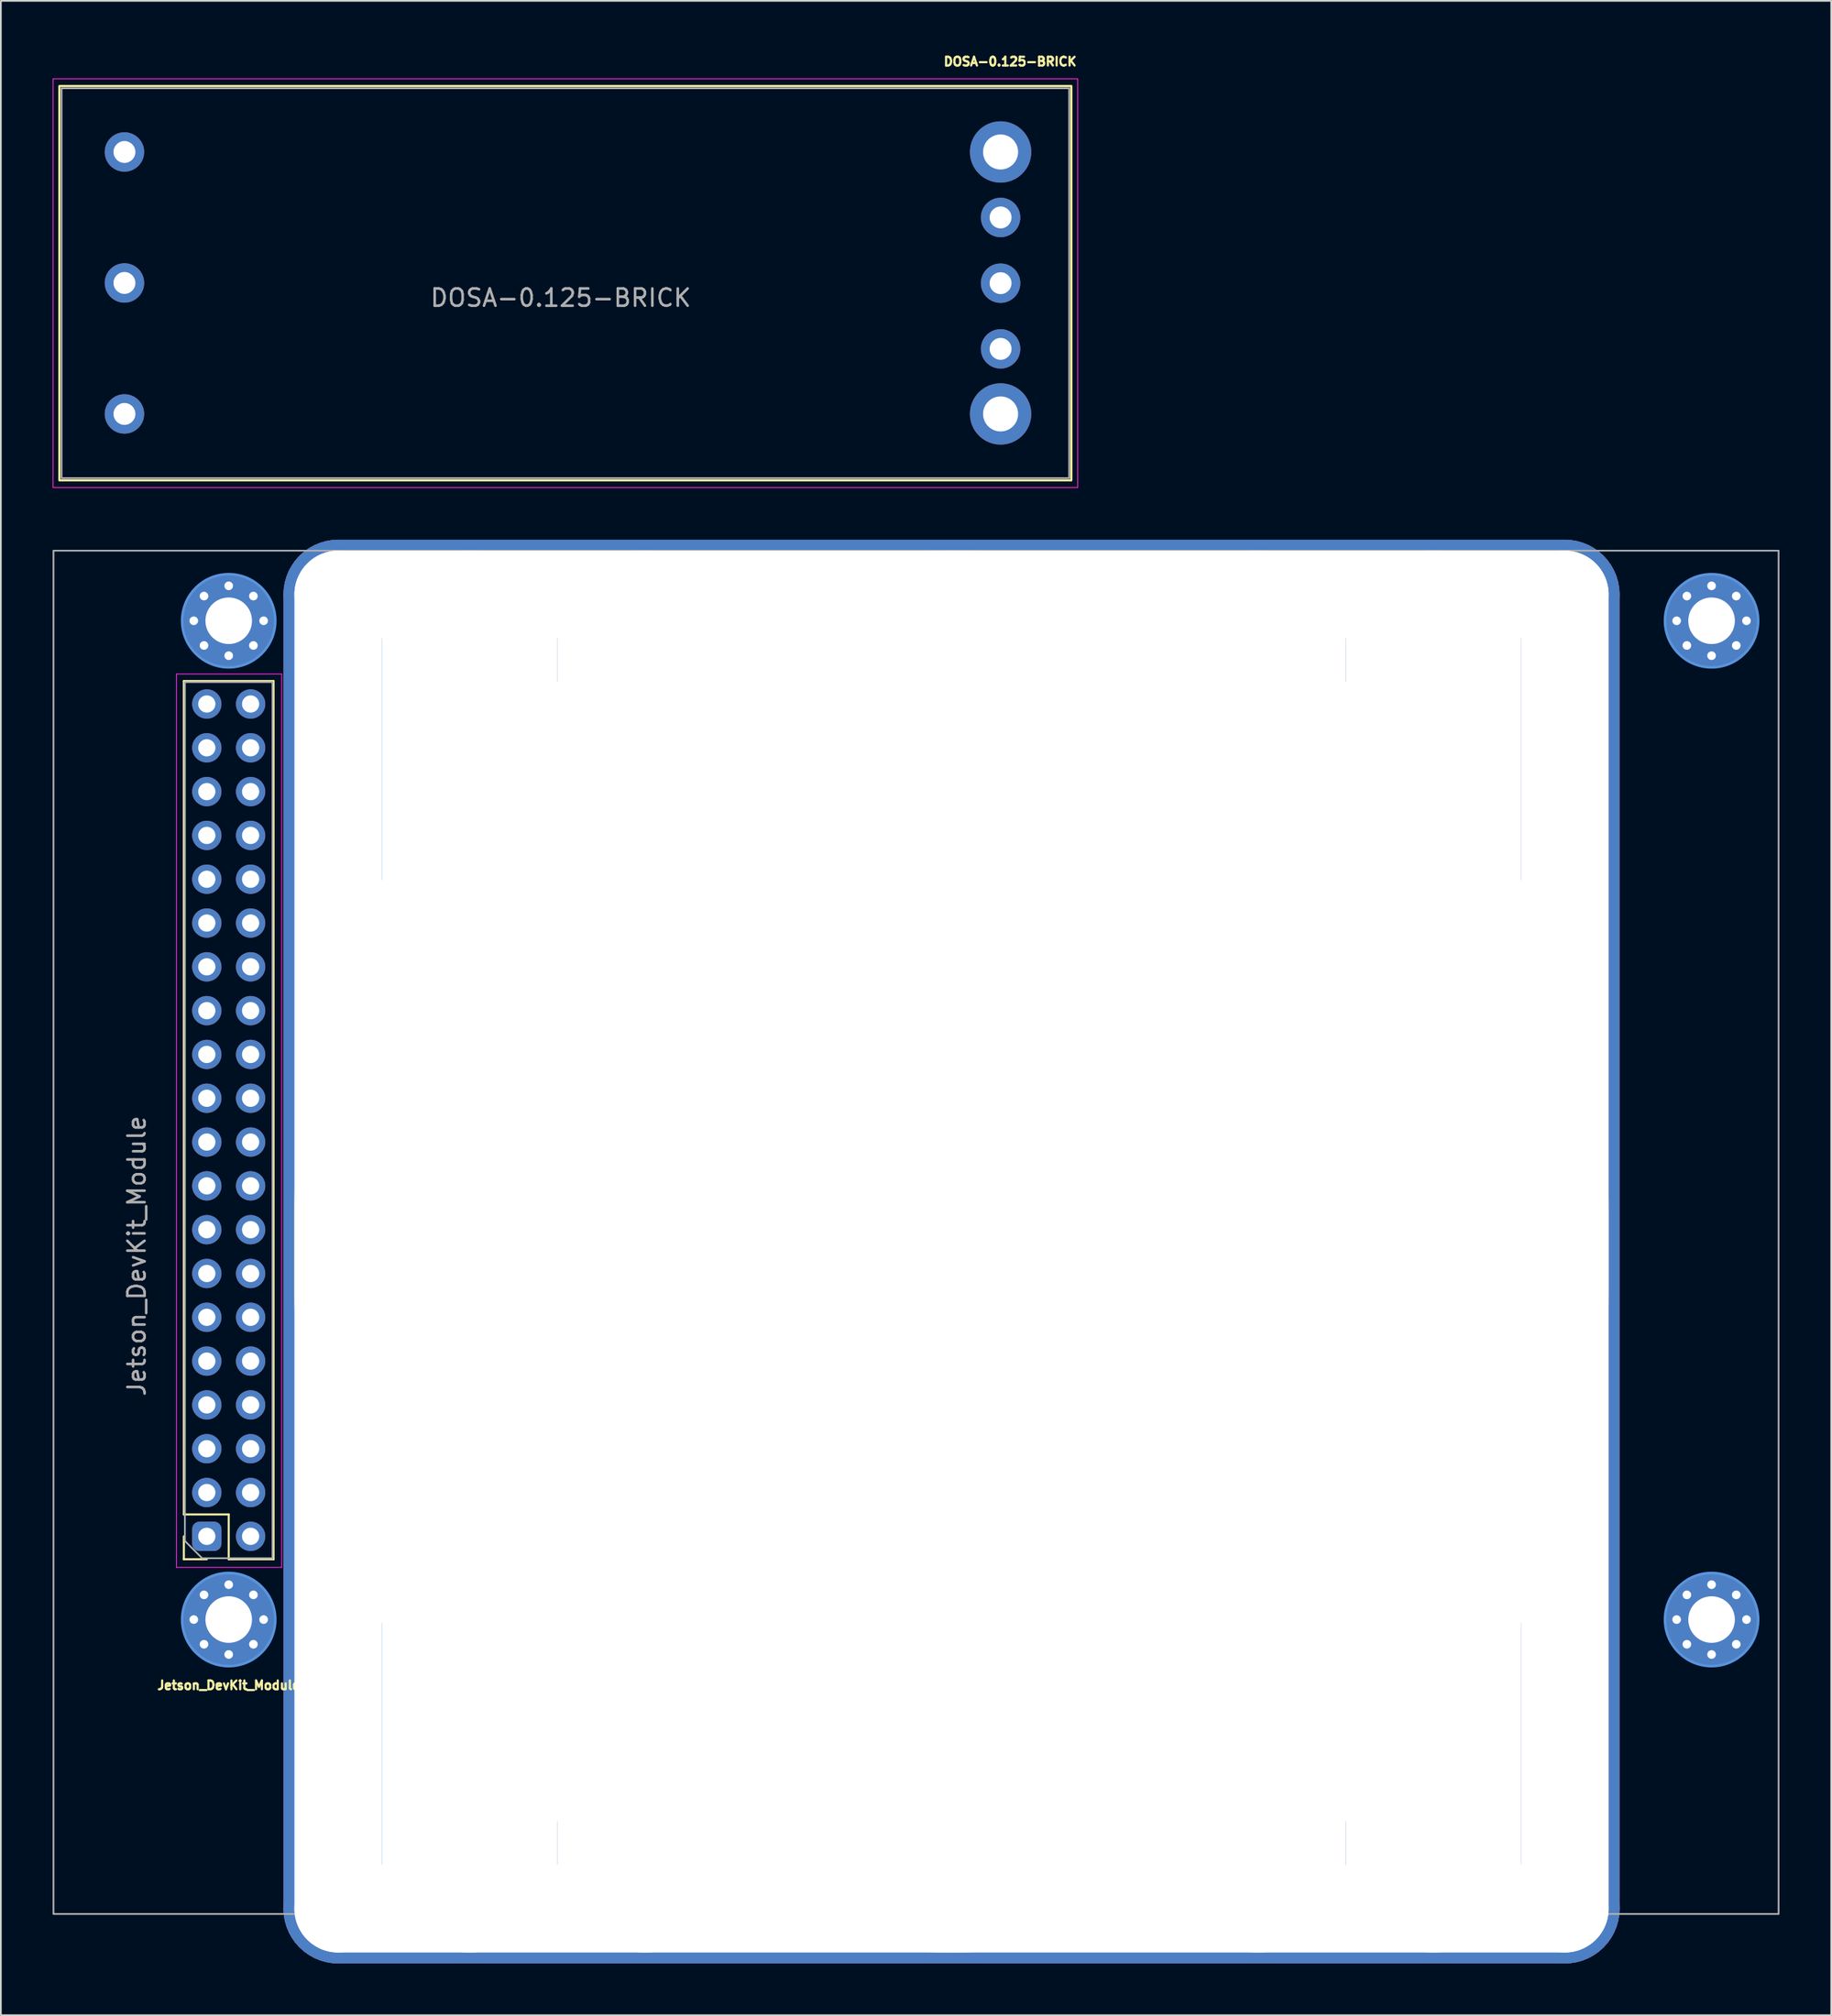
<source format=kicad_pcb>
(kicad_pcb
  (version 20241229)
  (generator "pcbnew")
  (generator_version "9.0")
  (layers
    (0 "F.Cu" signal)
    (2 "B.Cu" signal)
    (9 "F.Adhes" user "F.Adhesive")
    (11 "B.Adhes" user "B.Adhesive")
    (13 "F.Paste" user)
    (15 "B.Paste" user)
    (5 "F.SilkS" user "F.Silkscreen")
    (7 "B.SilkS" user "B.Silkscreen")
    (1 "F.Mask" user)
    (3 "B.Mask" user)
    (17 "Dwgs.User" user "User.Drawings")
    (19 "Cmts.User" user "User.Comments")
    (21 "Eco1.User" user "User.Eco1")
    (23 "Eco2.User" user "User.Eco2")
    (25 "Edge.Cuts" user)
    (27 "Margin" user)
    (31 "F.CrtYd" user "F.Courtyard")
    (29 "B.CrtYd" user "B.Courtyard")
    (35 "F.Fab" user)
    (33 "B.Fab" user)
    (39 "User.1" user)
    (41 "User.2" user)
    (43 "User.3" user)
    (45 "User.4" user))
  (footprint "Jetson_DevKit_Module"
    (layer "F.Cu")
    (at 52.121 69.519)
    (property "Reference" "Jetson_DevKit_Module" (at -41.91 25.146 180) (layer "F.SilkS") (effects (font (size 0.508 0.508) (thickness 0.127) (bold yes))))
    (attr through_hole)
    (fp_line (start -44.51 15.24) (end -44.51 -33.08) (stroke (width 0.12) (type solid)) (layer "F.SilkS"))
    (fp_line (start -44.51 17.84) (end -44.51 16.51) (stroke (width 0.12) (type solid)) (layer "F.SilkS"))
    (fp_line (start -43.18 17.84) (end -44.51 17.84) (stroke (width 0.12) (type solid)) (layer "F.SilkS"))
    (fp_line (start -41.91 15.24) (end -44.51 15.24) (stroke (width 0.12) (type solid)) (layer "F.SilkS"))
    (fp_line (start -41.91 17.84) (end -41.91 15.24) (stroke (width 0.12) (type solid)) (layer "F.SilkS"))
    (fp_line (start -39.31 -33.08) (end -44.51 -33.08) (stroke (width 0.12) (type solid)) (layer "F.SilkS"))
    (fp_line (start -39.31 17.84) (end -41.91 17.84) (stroke (width 0.12) (type solid)) (layer "F.SilkS"))
    (fp_line (start -39.31 17.84) (end -39.31 -33.08) (stroke (width 0.12) (type solid)) (layer "F.SilkS"))
    (fp_circle (center -41.91 -36.576) (end -39.21 -36.576) (stroke (width 0.15) (type solid)) (fill no) (layer "Cmts.User"))
    (fp_circle (center -41.91 21.336) (end -39.21 21.336) (stroke (width 0.15) (type solid)) (fill no) (layer "Cmts.User"))
    (fp_circle (center 44.069 -36.576) (end 46.769 -36.576) (stroke (width 0.15) (type solid)) (fill no) (layer "Cmts.User"))
    (fp_circle (center 44.069 21.336) (end 46.769 21.336) (stroke (width 0.15) (type solid)) (fill no) (layer "Cmts.User"))
    (fp_line (start -44.94 -33.49) (end -38.84 -33.49) (stroke (width 0.05) (type solid)) (layer "F.CrtYd"))
    (fp_line (start -44.94 18.31) (end -44.94 -33.49) (stroke (width 0.05) (type solid)) (layer "F.CrtYd"))
    (fp_line (start -38.84 -33.49) (end -38.84 18.31) (stroke (width 0.05) (type solid)) (layer "F.CrtYd"))
    (fp_line (start -38.84 18.31) (end -44.94 18.31) (stroke (width 0.05) (type solid)) (layer "F.CrtYd"))
    (fp_line (start -44.45 -33.02) (end -39.37 -33.02) (stroke (width 0.1) (type solid)) (layer "F.Fab"))
    (fp_line (start -44.45 16.78) (end -44.45 -33.02) (stroke (width 0.1) (type solid)) (layer "F.Fab"))
    (fp_line (start -43.45 17.78) (end -44.45 16.78) (stroke (width 0.1) (type solid)) (layer "F.Fab"))
    (fp_line (start -39.37 -33.02) (end -39.37 17.78) (stroke (width 0.1) (type solid)) (layer "F.Fab"))
    (fp_line (start -39.37 17.78) (end -43.45 17.78) (stroke (width 0.1) (type solid)) (layer "F.Fab"))
    (fp_rect (start -52.07 -40.64) (end 47.955 38.405) (stroke (width 0.102) (type default)) (fill no) (layer "F.Fab"))
    (fp_text user "${REFERENCE}" (at -47.244 0.254 270) (layer "F.Fab") (effects (font (size 1 1) (thickness 0.15))))
    (pad "" thru_hole circle (at -41.91 -36.576) (size 5.4 5.4) (drill 2.7) (layers "*.Cu" "*.Mask"))
    (pad "" thru_hole circle (at -41.91 21.336) (size 5.4 5.4) (drill 2.7) (layers "*.Cu" "*.Mask"))
    (pad "" np_thru_hole roundrect (at -35.56 0 180) (size 6.35 82.55) (drill oval 5.08 81.28) (layers "*.Cu" "*.Mask") (roundrect_rratio 0.5))
    (pad "" np_thru_hole roundrect (at -27.94 0 180) (size 10.16 81.28) (drill oval 10.16 81.28) (layers "*.Cu" "*.Mask") (roundrect_rratio 0.1))
    (pad "" np_thru_hole roundrect (at -17.78 0 180) (size 10.16 81.28) (drill oval 10.16 81.28) (layers "*.Cu" "*.Mask") (roundrect_rratio 0.1))
    (pad "" np_thru_hole roundrect (at 0 -38.1 270) (size 6.35 77.47) (drill oval 5.08 76.2) (layers "*.Cu" "*.Mask") (roundrect_rratio 0.5))
    (pad "" np_thru_hole roundrect (at 0 0 180) (size 76.2 81.28) (drill oval 76.2 81.28) (layers "*.Cu" "*.Mask") (roundrect_rratio 0.1))
    (pad "" np_thru_hole roundrect (at 0 38.1 270) (size 6.35 77.47) (drill oval 5.08 76.2) (layers "*.Cu" "*.Mask") (roundrect_rratio 0.5))
    (pad "" np_thru_hole roundrect (at 17.78 0 180) (size 10.16 81.28) (drill oval 10.16 81.28) (layers "*.Cu" "*.Mask") (roundrect_rratio 0.1))
    (pad "" np_thru_hole roundrect (at 27.94 0 180) (size 10.16 81.28) (drill oval 10.16 81.28) (layers "*.Cu" "*.Mask") (roundrect_rratio 0.1))
    (pad "" np_thru_hole roundrect (at 35.56 0 180) (size 6.35 82.55) (drill oval 5.08 81.28) (layers "*.Cu" "*.Mask") (roundrect_rratio 0.5))
    (pad "" thru_hole circle (at 44.069 -36.576) (size 5.4 5.4) (drill 2.7) (layers "*.Cu" "*.Mask"))
    (pad "0" thru_hole circle (at 44.069 21.336) (size 5.4 5.4) (drill 2.7) (layers "*.Cu" "*.Mask"))
    (pad "1" thru_hole circle (at -43.935 -36.576) (size 0.8 0.8) (drill 0.5) (layers "*.Cu" "*.Mask"))
    (pad "1" thru_hole circle (at -43.935 21.336) (size 0.8 0.8) (drill 0.5) (layers "*.Cu" "*.Mask"))
    (pad "1" thru_hole circle (at -43.342 -38.008) (size 0.8 0.8) (drill 0.5) (layers "*.Cu" "*.Mask"))
    (pad "1" thru_hole circle (at -43.342 -35.144) (size 0.8 0.8) (drill 0.5) (layers "*.Cu" "*.Mask"))
    (pad "1" thru_hole circle (at -43.342 19.904) (size 0.8 0.8) (drill 0.5) (layers "*.Cu" "*.Mask"))
    (pad "1" thru_hole circle (at -43.342 22.768) (size 0.8 0.8) (drill 0.5) (layers "*.Cu" "*.Mask"))
    (pad "1" thru_hole roundrect (at -43.18 16.51 180) (size 1.7 1.7) (drill 1) (layers "*.Cu" "*.Mask") (roundrect_rratio 0.25))
    (pad "1" thru_hole circle (at -41.91 -38.601) (size 0.8 0.8) (drill 0.5) (layers "*.Cu" "*.Mask"))
    (pad "1" thru_hole circle (at -41.91 -34.551) (size 0.8 0.8) (drill 0.5) (layers "*.Cu" "*.Mask"))
    (pad "1" thru_hole circle (at -41.91 19.311) (size 0.8 0.8) (drill 0.5) (layers "*.Cu" "*.Mask"))
    (pad "1" thru_hole circle (at -41.91 23.361) (size 0.8 0.8) (drill 0.5) (layers "*.Cu" "*.Mask"))
    (pad "1" thru_hole circle (at -40.478 -38.008) (size 0.8 0.8) (drill 0.5) (layers "*.Cu" "*.Mask"))
    (pad "1" thru_hole circle (at -40.478 -35.144) (size 0.8 0.8) (drill 0.5) (layers "*.Cu" "*.Mask"))
    (pad "1" thru_hole circle (at -40.478 19.904) (size 0.8 0.8) (drill 0.5) (layers "*.Cu" "*.Mask"))
    (pad "1" thru_hole circle (at -40.478 22.768) (size 0.8 0.8) (drill 0.5) (layers "*.Cu" "*.Mask"))
    (pad "1" thru_hole circle (at -39.885 -36.576) (size 0.8 0.8) (drill 0.5) (layers "*.Cu" "*.Mask"))
    (pad "1" thru_hole circle (at -39.885 21.336) (size 0.8 0.8) (drill 0.5) (layers "*.Cu" "*.Mask"))
    (pad "1" thru_hole circle (at 42.044 -36.576) (size 0.8 0.8) (drill 0.5) (layers "*.Cu" "*.Mask"))
    (pad "1" thru_hole circle (at 42.044 21.336) (size 0.8 0.8) (drill 0.5) (layers "*.Cu" "*.Mask"))
    (pad "1" thru_hole circle (at 42.637 -38.008) (size 0.8 0.8) (drill 0.5) (layers "*.Cu" "*.Mask"))
    (pad "1" thru_hole circle (at 42.637 -35.144) (size 0.8 0.8) (drill 0.5) (layers "*.Cu" "*.Mask"))
    (pad "1" thru_hole circle (at 42.637 19.904) (size 0.8 0.8) (drill 0.5) (layers "*.Cu" "*.Mask"))
    (pad "1" thru_hole circle (at 42.637 22.768) (size 0.8 0.8) (drill 0.5) (layers "*.Cu" "*.Mask"))
    (pad "1" thru_hole circle (at 44.069 -38.601) (size 0.8 0.8) (drill 0.5) (layers "*.Cu" "*.Mask"))
    (pad "1" thru_hole circle (at 44.069 -34.551) (size 0.8 0.8) (drill 0.5) (layers "*.Cu" "*.Mask"))
    (pad "1" thru_hole circle (at 44.069 19.311) (size 0.8 0.8) (drill 0.5) (layers "*.Cu" "*.Mask"))
    (pad "1" thru_hole circle (at 44.069 23.361) (size 0.8 0.8) (drill 0.5) (layers "*.Cu" "*.Mask"))
    (pad "1" thru_hole circle (at 45.501 -38.008) (size 0.8 0.8) (drill 0.5) (layers "*.Cu" "*.Mask"))
    (pad "1" thru_hole circle (at 45.501 -35.144) (size 0.8 0.8) (drill 0.5) (layers "*.Cu" "*.Mask"))
    (pad "1" thru_hole circle (at 45.501 19.904) (size 0.8 0.8) (drill 0.5) (layers "*.Cu" "*.Mask"))
    (pad "1" thru_hole circle (at 45.501 22.768) (size 0.8 0.8) (drill 0.5) (layers "*.Cu" "*.Mask"))
    (pad "1" thru_hole circle (at 46.094 -36.576) (size 0.8 0.8) (drill 0.5) (layers "*.Cu" "*.Mask"))
    (pad "1" thru_hole circle (at 46.094 21.336) (size 0.8 0.8) (drill 0.5) (layers "*.Cu" "*.Mask"))
    (pad "2" thru_hole oval (at -40.64 16.51 180) (size 1.7 1.7) (drill 1) (layers "*.Cu" "*.Mask"))
    (pad "3" thru_hole oval (at -43.18 13.97 180) (size 1.7 1.7) (drill 1) (layers "*.Cu" "*.Mask"))
    (pad "4" thru_hole oval (at -40.64 13.97 180) (size 1.7 1.7) (drill 1) (layers "*.Cu" "*.Mask"))
    (pad "5" thru_hole oval (at -43.18 11.43 180) (size 1.7 1.7) (drill 1) (layers "*.Cu" "*.Mask"))
    (pad "6" thru_hole oval (at -40.64 11.43 180) (size 1.7 1.7) (drill 1) (layers "*.Cu" "*.Mask"))
    (pad "7" thru_hole oval (at -43.18 8.89 180) (size 1.7 1.7) (drill 1) (layers "*.Cu" "*.Mask"))
    (pad "8" thru_hole oval (at -40.64 8.89 180) (size 1.7 1.7) (drill 1) (layers "*.Cu" "*.Mask"))
    (pad "9" thru_hole oval (at -43.18 6.35 180) (size 1.7 1.7) (drill 1) (layers "*.Cu" "*.Mask"))
    (pad "10" thru_hole oval (at -40.64 6.35 180) (size 1.7 1.7) (drill 1) (layers "*.Cu" "*.Mask"))
    (pad "11" thru_hole oval (at -43.18 3.81 180) (size 1.7 1.7) (drill 1) (layers "*.Cu" "*.Mask"))
    (pad "12" thru_hole oval (at -40.64 3.81 180) (size 1.7 1.7) (drill 1) (layers "*.Cu" "*.Mask"))
    (pad "13" thru_hole oval (at -43.18 1.27 180) (size 1.7 1.7) (drill 1) (layers "*.Cu" "*.Mask"))
    (pad "14" thru_hole oval (at -40.64 1.27 180) (size 1.7 1.7) (drill 1) (layers "*.Cu" "*.Mask"))
    (pad "15" thru_hole oval (at -43.18 -1.27 180) (size 1.7 1.7) (drill 1) (layers "*.Cu" "*.Mask"))
    (pad "16" thru_hole oval (at -40.64 -1.27 180) (size 1.7 1.7) (drill 1) (layers "*.Cu" "*.Mask"))
    (pad "17" thru_hole oval (at -43.18 -3.81 180) (size 1.7 1.7) (drill 1) (layers "*.Cu" "*.Mask"))
    (pad "18" thru_hole oval (at -40.64 -3.81 180) (size 1.7 1.7) (drill 1) (layers "*.Cu" "*.Mask"))
    (pad "19" thru_hole oval (at -43.18 -6.35 180) (size 1.7 1.7) (drill 1) (layers "*.Cu" "*.Mask"))
    (pad "20" thru_hole oval (at -40.64 -6.35 180) (size 1.7 1.7) (drill 1) (layers "*.Cu" "*.Mask"))
    (pad "21" thru_hole oval (at -43.18 -8.89 180) (size 1.7 1.7) (drill 1) (layers "*.Cu" "*.Mask"))
    (pad "22" thru_hole oval (at -40.64 -8.89 180) (size 1.7 1.7) (drill 1) (layers "*.Cu" "*.Mask"))
    (pad "23" thru_hole oval (at -43.18 -11.43 180) (size 1.7 1.7) (drill 1) (layers "*.Cu" "*.Mask"))
    (pad "24" thru_hole oval (at -40.64 -11.43 180) (size 1.7 1.7) (drill 1) (layers "*.Cu" "*.Mask"))
    (pad "25" thru_hole oval (at -43.18 -13.97 180) (size 1.7 1.7) (drill 1) (layers "*.Cu" "*.Mask"))
    (pad "26" thru_hole oval (at -40.64 -13.97 180) (size 1.7 1.7) (drill 1) (layers "*.Cu" "*.Mask"))
    (pad "27" thru_hole oval (at -43.18 -16.51 180) (size 1.7 1.7) (drill 1) (layers "*.Cu" "*.Mask"))
    (pad "28" thru_hole oval (at -40.64 -16.51 180) (size 1.7 1.7) (drill 1) (layers "*.Cu" "*.Mask"))
    (pad "29" thru_hole oval (at -43.18 -19.05 180) (size 1.7 1.7) (drill 1) (layers "*.Cu" "*.Mask"))
    (pad "30" thru_hole oval (at -40.64 -19.05 180) (size 1.7 1.7) (drill 1) (layers "*.Cu" "*.Mask"))
    (pad "31" thru_hole oval (at -43.18 -21.59 180) (size 1.7 1.7) (drill 1) (layers "*.Cu" "*.Mask"))
    (pad "32" thru_hole oval (at -40.64 -21.59 180) (size 1.7 1.7) (drill 1) (layers "*.Cu" "*.Mask"))
    (pad "33" thru_hole oval (at -43.18 -24.13 180) (size 1.7 1.7) (drill 1) (layers "*.Cu" "*.Mask"))
    (pad "34" thru_hole oval (at -40.64 -24.13 180) (size 1.7 1.7) (drill 1) (layers "*.Cu" "*.Mask"))
    (pad "35" thru_hole oval (at -43.18 -26.67 180) (size 1.7 1.7) (drill 1) (layers "*.Cu" "*.Mask"))
    (pad "36" thru_hole oval (at -40.64 -26.67 180) (size 1.7 1.7) (drill 1) (layers "*.Cu" "*.Mask"))
    (pad "37" thru_hole oval (at -43.18 -29.21 180) (size 1.7 1.7) (drill 1) (layers "*.Cu" "*.Mask"))
    (pad "38" thru_hole oval (at -40.64 -29.21 180) (size 1.7 1.7) (drill 1) (layers "*.Cu" "*.Mask"))
    (pad "39" thru_hole oval (at -43.18 -31.75 180) (size 1.7 1.7) (drill 1) (layers "*.Cu" "*.Mask"))
    (pad "40" thru_hole oval (at -40.64 -31.75 180) (size 1.7 1.7) (drill 1) (layers "*.Cu" "*.Mask")))
  (footprint "DOSA-0.125-BRICK"
    (layer "F.Cu")
    (at 29.731 13.369)
    (property "Reference" "DOSA-0.125-BRICK" (at 29.705 -12.849 180) (layer "F.SilkS") (effects (font (size 0.508 0.508) (thickness 0.127)) (justify right)))
    (attr through_hole)
    (fp_rect (start -29.337 11.43) (end 29.337 -11.43) (stroke (width 0.127) (type default)) (fill no) (layer "F.SilkS"))
    (fp_rect (start -29.705 11.849) (end 29.705 -11.849) (stroke (width 0.051) (type default)) (fill no) (layer "F.CrtYd"))
    (fp_rect (start -29.21 11.303) (end 29.21 -11.303) (stroke (width 0.102) (type default)) (fill no) (layer "F.Fab"))
    (fp_text user "${REFERENCE}" (at -0.267 0.851 180) (layer "F.Fab") (effects (font (size 1 1) (thickness 0.15))))
    (pad "1" thru_hole circle (at -25.565 -7.607) (size 2.286 2.286) (drill 1.27) (layers "*.Cu" "*.Mask"))
    (pad "2" thru_hole circle (at -25.565 -0.013) (size 2.286 2.286) (drill 1.27) (layers "*.Cu" "*.Mask"))
    (pad "3" thru_hole circle (at -25.565 7.582) (size 2.286 2.286) (drill 1.27) (layers "*.Cu" "*.Mask"))
    (pad "4" thru_hole circle (at 25.235 7.582) (size 3.556 3.556) (drill 2.032) (layers "*.Cu" "*.Mask"))
    (pad "5" thru_hole circle (at 25.235 3.81) (size 2.286 2.286) (drill 1.27) (layers "*.Cu" "*.Mask"))
    (pad "6" thru_hole circle (at 25.235 0) (size 2.286 2.286) (drill 1.27) (layers "*.Cu" "*.Mask"))
    (pad "7" thru_hole circle (at 25.235 -3.81) (size 2.286 2.286) (drill 1.27) (layers "*.Cu" "*.Mask"))
    (pad "8" thru_hole circle (at 25.235 -7.607) (size 3.556 3.556) (drill 2.032) (layers "*.Cu" "*.Mask")))
  (gr_rect
    (start -3 -3)
    (end 103.127 113.794)
    (stroke (width 0.1) (type default))
    (fill no)
    (layer "Edge.Cuts")))
</source>
